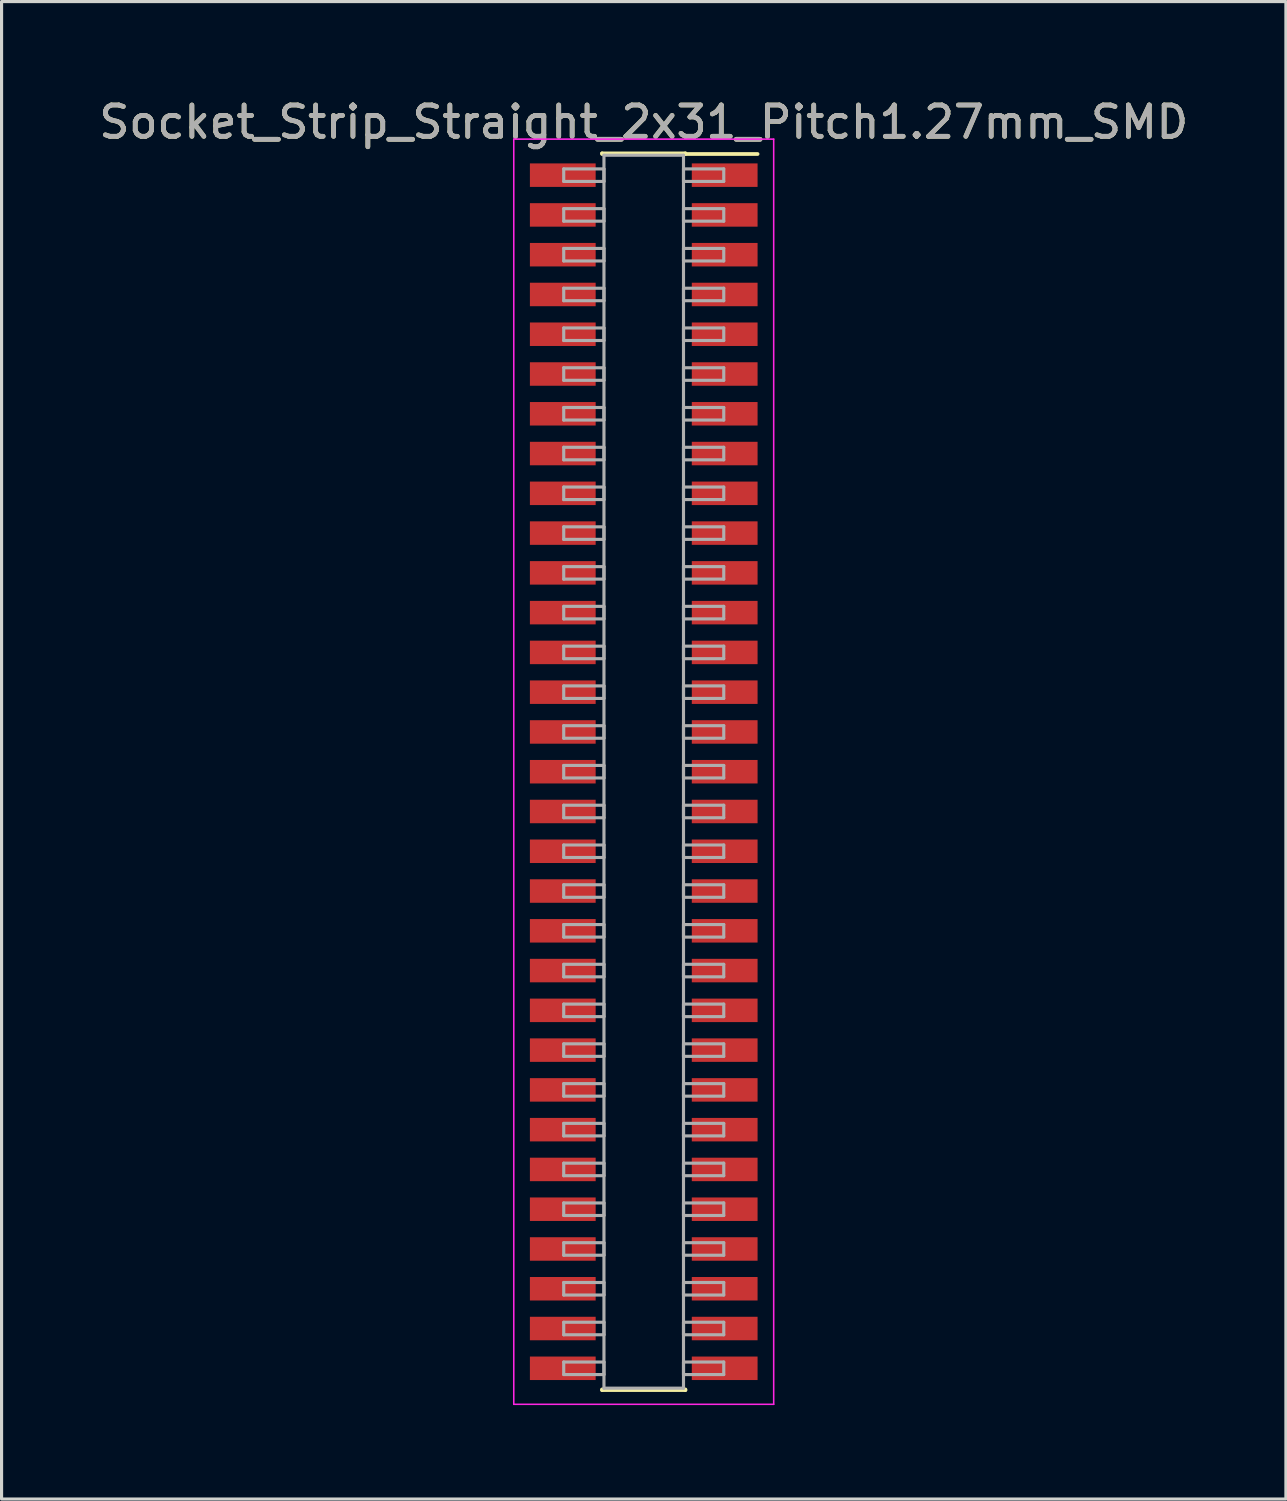
<source format=kicad_pcb>
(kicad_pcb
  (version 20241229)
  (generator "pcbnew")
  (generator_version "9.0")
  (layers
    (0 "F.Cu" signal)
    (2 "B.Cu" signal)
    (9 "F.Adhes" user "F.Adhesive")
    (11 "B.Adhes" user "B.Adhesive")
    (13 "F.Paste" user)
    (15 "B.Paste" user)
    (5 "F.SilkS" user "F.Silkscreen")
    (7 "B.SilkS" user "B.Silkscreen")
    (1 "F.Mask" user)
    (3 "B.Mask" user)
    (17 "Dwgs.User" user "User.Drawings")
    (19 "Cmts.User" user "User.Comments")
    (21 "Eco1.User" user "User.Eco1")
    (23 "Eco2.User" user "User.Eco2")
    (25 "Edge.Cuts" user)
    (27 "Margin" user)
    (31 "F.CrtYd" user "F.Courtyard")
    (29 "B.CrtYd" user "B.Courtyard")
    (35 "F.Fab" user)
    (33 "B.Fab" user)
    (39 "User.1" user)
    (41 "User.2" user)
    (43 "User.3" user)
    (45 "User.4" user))
  (footprint "Socket_Strip_Straight_2x31_Pitch1.27mm_SMD"
    (layer "F.Cu")
    (at 17.506 21.593)
    (property "Reference" "Socket_Strip_Straight_2x31_Pitch1.27mm_SMD" (at 0 -20.745 0) (layer "F.SilkS") (effects (font (size 1 1) (thickness 0.15))))
    (attr smd)
    (fp_line (start -1.33 -19.745) (end 1.33 -19.745) (stroke (width 0.12) (type solid)) (layer "F.SilkS"))
    (fp_line (start -1.33 -19.725) (end -1.33 -19.745) (stroke (width 0.12) (type solid)) (layer "F.SilkS"))
    (fp_line (start -1.33 19.725) (end -1.33 19.745) (stroke (width 0.12) (type solid)) (layer "F.SilkS"))
    (fp_line (start -1.33 19.745) (end 1.33 19.745) (stroke (width 0.12) (type solid)) (layer "F.SilkS"))
    (fp_line (start 1.33 -19.745) (end 1.33 -19.725) (stroke (width 0.12) (type solid)) (layer "F.SilkS"))
    (fp_line (start 1.33 19.745) (end 1.33 19.725) (stroke (width 0.12) (type solid)) (layer "F.SilkS"))
    (fp_line (start 3.635 -19.725) (end 1.33 -19.725) (stroke (width 0.12) (type solid)) (layer "F.SilkS"))
    (fp_line (start -4.15 -20.2) (end -4.15 20.2) (stroke (width 0.05) (type solid)) (layer "F.CrtYd"))
    (fp_line (start -4.15 20.2) (end 4.15 20.2) (stroke (width 0.05) (type solid)) (layer "F.CrtYd"))
    (fp_line (start 4.15 -20.2) (end -4.15 -20.2) (stroke (width 0.05) (type solid)) (layer "F.CrtYd"))
    (fp_line (start 4.15 20.2) (end 4.15 -20.2) (stroke (width 0.05) (type solid)) (layer "F.CrtYd"))
    (fp_line (start -2.555 -19.25) (end -1.27 -19.25) (stroke (width 0.1) (type solid)) (layer "F.Fab"))
    (fp_line (start -2.555 -18.85) (end -2.555 -19.25) (stroke (width 0.1) (type solid)) (layer "F.Fab"))
    (fp_line (start -2.555 -17.98) (end -1.27 -17.98) (stroke (width 0.1) (type solid)) (layer "F.Fab"))
    (fp_line (start -2.555 -17.58) (end -2.555 -17.98) (stroke (width 0.1) (type solid)) (layer "F.Fab"))
    (fp_line (start -2.555 -16.71) (end -1.27 -16.71) (stroke (width 0.1) (type solid)) (layer "F.Fab"))
    (fp_line (start -2.555 -16.31) (end -2.555 -16.71) (stroke (width 0.1) (type solid)) (layer "F.Fab"))
    (fp_line (start -2.555 -15.44) (end -1.27 -15.44) (stroke (width 0.1) (type solid)) (layer "F.Fab"))
    (fp_line (start -2.555 -15.04) (end -2.555 -15.44) (stroke (width 0.1) (type solid)) (layer "F.Fab"))
    (fp_line (start -2.555 -14.17) (end -1.27 -14.17) (stroke (width 0.1) (type solid)) (layer "F.Fab"))
    (fp_line (start -2.555 -13.77) (end -2.555 -14.17) (stroke (width 0.1) (type solid)) (layer "F.Fab"))
    (fp_line (start -2.555 -12.9) (end -1.27 -12.9) (stroke (width 0.1) (type solid)) (layer "F.Fab"))
    (fp_line (start -2.555 -12.5) (end -2.555 -12.9) (stroke (width 0.1) (type solid)) (layer "F.Fab"))
    (fp_line (start -2.555 -11.63) (end -1.27 -11.63) (stroke (width 0.1) (type solid)) (layer "F.Fab"))
    (fp_line (start -2.555 -11.23) (end -2.555 -11.63) (stroke (width 0.1) (type solid)) (layer "F.Fab"))
    (fp_line (start -2.555 -10.36) (end -1.27 -10.36) (stroke (width 0.1) (type solid)) (layer "F.Fab"))
    (fp_line (start -2.555 -9.96) (end -2.555 -10.36) (stroke (width 0.1) (type solid)) (layer "F.Fab"))
    (fp_line (start -2.555 -9.09) (end -1.27 -9.09) (stroke (width 0.1) (type solid)) (layer "F.Fab"))
    (fp_line (start -2.555 -8.69) (end -2.555 -9.09) (stroke (width 0.1) (type solid)) (layer "F.Fab"))
    (fp_line (start -2.555 -7.82) (end -1.27 -7.82) (stroke (width 0.1) (type solid)) (layer "F.Fab"))
    (fp_line (start -2.555 -7.42) (end -2.555 -7.82) (stroke (width 0.1) (type solid)) (layer "F.Fab"))
    (fp_line (start -2.555 -6.55) (end -1.27 -6.55) (stroke (width 0.1) (type solid)) (layer "F.Fab"))
    (fp_line (start -2.555 -6.15) (end -2.555 -6.55) (stroke (width 0.1) (type solid)) (layer "F.Fab"))
    (fp_line (start -2.555 -5.28) (end -1.27 -5.28) (stroke (width 0.1) (type solid)) (layer "F.Fab"))
    (fp_line (start -2.555 -4.88) (end -2.555 -5.28) (stroke (width 0.1) (type solid)) (layer "F.Fab"))
    (fp_line (start -2.555 -4.01) (end -1.27 -4.01) (stroke (width 0.1) (type solid)) (layer "F.Fab"))
    (fp_line (start -2.555 -3.61) (end -2.555 -4.01) (stroke (width 0.1) (type solid)) (layer "F.Fab"))
    (fp_line (start -2.555 -2.74) (end -1.27 -2.74) (stroke (width 0.1) (type solid)) (layer "F.Fab"))
    (fp_line (start -2.555 -2.34) (end -2.555 -2.74) (stroke (width 0.1) (type solid)) (layer "F.Fab"))
    (fp_line (start -2.555 -1.47) (end -1.27 -1.47) (stroke (width 0.1) (type solid)) (layer "F.Fab"))
    (fp_line (start -2.555 -1.07) (end -2.555 -1.47) (stroke (width 0.1) (type solid)) (layer "F.Fab"))
    (fp_line (start -2.555 -0.2) (end -1.27 -0.2) (stroke (width 0.1) (type solid)) (layer "F.Fab"))
    (fp_line (start -2.555 0.2) (end -2.555 -0.2) (stroke (width 0.1) (type solid)) (layer "F.Fab"))
    (fp_line (start -2.555 1.07) (end -1.27 1.07) (stroke (width 0.1) (type solid)) (layer "F.Fab"))
    (fp_line (start -2.555 1.47) (end -2.555 1.07) (stroke (width 0.1) (type solid)) (layer "F.Fab"))
    (fp_line (start -2.555 2.34) (end -1.27 2.34) (stroke (width 0.1) (type solid)) (layer "F.Fab"))
    (fp_line (start -2.555 2.74) (end -2.555 2.34) (stroke (width 0.1) (type solid)) (layer "F.Fab"))
    (fp_line (start -2.555 3.61) (end -1.27 3.61) (stroke (width 0.1) (type solid)) (layer "F.Fab"))
    (fp_line (start -2.555 4.01) (end -2.555 3.61) (stroke (width 0.1) (type solid)) (layer "F.Fab"))
    (fp_line (start -2.555 4.88) (end -1.27 4.88) (stroke (width 0.1) (type solid)) (layer "F.Fab"))
    (fp_line (start -2.555 5.28) (end -2.555 4.88) (stroke (width 0.1) (type solid)) (layer "F.Fab"))
    (fp_line (start -2.555 6.15) (end -1.27 6.15) (stroke (width 0.1) (type solid)) (layer "F.Fab"))
    (fp_line (start -2.555 6.55) (end -2.555 6.15) (stroke (width 0.1) (type solid)) (layer "F.Fab"))
    (fp_line (start -2.555 7.42) (end -1.27 7.42) (stroke (width 0.1) (type solid)) (layer "F.Fab"))
    (fp_line (start -2.555 7.82) (end -2.555 7.42) (stroke (width 0.1) (type solid)) (layer "F.Fab"))
    (fp_line (start -2.555 8.69) (end -1.27 8.69) (stroke (width 0.1) (type solid)) (layer "F.Fab"))
    (fp_line (start -2.555 9.09) (end -2.555 8.69) (stroke (width 0.1) (type solid)) (layer "F.Fab"))
    (fp_line (start -2.555 9.96) (end -1.27 9.96) (stroke (width 0.1) (type solid)) (layer "F.Fab"))
    (fp_line (start -2.555 10.36) (end -2.555 9.96) (stroke (width 0.1) (type solid)) (layer "F.Fab"))
    (fp_line (start -2.555 11.23) (end -1.27 11.23) (stroke (width 0.1) (type solid)) (layer "F.Fab"))
    (fp_line (start -2.555 11.63) (end -2.555 11.23) (stroke (width 0.1) (type solid)) (layer "F.Fab"))
    (fp_line (start -2.555 12.5) (end -1.27 12.5) (stroke (width 0.1) (type solid)) (layer "F.Fab"))
    (fp_line (start -2.555 12.9) (end -2.555 12.5) (stroke (width 0.1) (type solid)) (layer "F.Fab"))
    (fp_line (start -2.555 13.77) (end -1.27 13.77) (stroke (width 0.1) (type solid)) (layer "F.Fab"))
    (fp_line (start -2.555 14.17) (end -2.555 13.77) (stroke (width 0.1) (type solid)) (layer "F.Fab"))
    (fp_line (start -2.555 15.04) (end -1.27 15.04) (stroke (width 0.1) (type solid)) (layer "F.Fab"))
    (fp_line (start -2.555 15.44) (end -2.555 15.04) (stroke (width 0.1) (type solid)) (layer "F.Fab"))
    (fp_line (start -2.555 16.31) (end -1.27 16.31) (stroke (width 0.1) (type solid)) (layer "F.Fab"))
    (fp_line (start -2.555 16.71) (end -2.555 16.31) (stroke (width 0.1) (type solid)) (layer "F.Fab"))
    (fp_line (start -2.555 17.58) (end -1.27 17.58) (stroke (width 0.1) (type solid)) (layer "F.Fab"))
    (fp_line (start -2.555 17.98) (end -2.555 17.58) (stroke (width 0.1) (type solid)) (layer "F.Fab"))
    (fp_line (start -2.555 18.85) (end -1.27 18.85) (stroke (width 0.1) (type solid)) (layer "F.Fab"))
    (fp_line (start -2.555 19.25) (end -2.555 18.85) (stroke (width 0.1) (type solid)) (layer "F.Fab"))
    (fp_line (start -1.27 -19.685) (end -1.27 19.685) (stroke (width 0.1) (type solid)) (layer "F.Fab"))
    (fp_line (start -1.27 -19.25) (end -1.27 -18.85) (stroke (width 0.1) (type solid)) (layer "F.Fab"))
    (fp_line (start -1.27 -18.85) (end -2.555 -18.85) (stroke (width 0.1) (type solid)) (layer "F.Fab"))
    (fp_line (start -1.27 -17.98) (end -1.27 -17.58) (stroke (width 0.1) (type solid)) (layer "F.Fab"))
    (fp_line (start -1.27 -17.58) (end -2.555 -17.58) (stroke (width 0.1) (type solid)) (layer "F.Fab"))
    (fp_line (start -1.27 -16.71) (end -1.27 -16.31) (stroke (width 0.1) (type solid)) (layer "F.Fab"))
    (fp_line (start -1.27 -16.31) (end -2.555 -16.31) (stroke (width 0.1) (type solid)) (layer "F.Fab"))
    (fp_line (start -1.27 -15.44) (end -1.27 -15.04) (stroke (width 0.1) (type solid)) (layer "F.Fab"))
    (fp_line (start -1.27 -15.04) (end -2.555 -15.04) (stroke (width 0.1) (type solid)) (layer "F.Fab"))
    (fp_line (start -1.27 -14.17) (end -1.27 -13.77) (stroke (width 0.1) (type solid)) (layer "F.Fab"))
    (fp_line (start -1.27 -13.77) (end -2.555 -13.77) (stroke (width 0.1) (type solid)) (layer "F.Fab"))
    (fp_line (start -1.27 -12.9) (end -1.27 -12.5) (stroke (width 0.1) (type solid)) (layer "F.Fab"))
    (fp_line (start -1.27 -12.5) (end -2.555 -12.5) (stroke (width 0.1) (type solid)) (layer "F.Fab"))
    (fp_line (start -1.27 -11.63) (end -1.27 -11.23) (stroke (width 0.1) (type solid)) (layer "F.Fab"))
    (fp_line (start -1.27 -11.23) (end -2.555 -11.23) (stroke (width 0.1) (type solid)) (layer "F.Fab"))
    (fp_line (start -1.27 -10.36) (end -1.27 -9.96) (stroke (width 0.1) (type solid)) (layer "F.Fab"))
    (fp_line (start -1.27 -9.96) (end -2.555 -9.96) (stroke (width 0.1) (type solid)) (layer "F.Fab"))
    (fp_line (start -1.27 -9.09) (end -1.27 -8.69) (stroke (width 0.1) (type solid)) (layer "F.Fab"))
    (fp_line (start -1.27 -8.69) (end -2.555 -8.69) (stroke (width 0.1) (type solid)) (layer "F.Fab"))
    (fp_line (start -1.27 -7.82) (end -1.27 -7.42) (stroke (width 0.1) (type solid)) (layer "F.Fab"))
    (fp_line (start -1.27 -7.42) (end -2.555 -7.42) (stroke (width 0.1) (type solid)) (layer "F.Fab"))
    (fp_line (start -1.27 -6.55) (end -1.27 -6.15) (stroke (width 0.1) (type solid)) (layer "F.Fab"))
    (fp_line (start -1.27 -6.15) (end -2.555 -6.15) (stroke (width 0.1) (type solid)) (layer "F.Fab"))
    (fp_line (start -1.27 -5.28) (end -1.27 -4.88) (stroke (width 0.1) (type solid)) (layer "F.Fab"))
    (fp_line (start -1.27 -4.88) (end -2.555 -4.88) (stroke (width 0.1) (type solid)) (layer "F.Fab"))
    (fp_line (start -1.27 -4.01) (end -1.27 -3.61) (stroke (width 0.1) (type solid)) (layer "F.Fab"))
    (fp_line (start -1.27 -3.61) (end -2.555 -3.61) (stroke (width 0.1) (type solid)) (layer "F.Fab"))
    (fp_line (start -1.27 -2.74) (end -1.27 -2.34) (stroke (width 0.1) (type solid)) (layer "F.Fab"))
    (fp_line (start -1.27 -2.34) (end -2.555 -2.34) (stroke (width 0.1) (type solid)) (layer "F.Fab"))
    (fp_line (start -1.27 -1.47) (end -1.27 -1.07) (stroke (width 0.1) (type solid)) (layer "F.Fab"))
    (fp_line (start -1.27 -1.07) (end -2.555 -1.07) (stroke (width 0.1) (type solid)) (layer "F.Fab"))
    (fp_line (start -1.27 -0.2) (end -1.27 0.2) (stroke (width 0.1) (type solid)) (layer "F.Fab"))
    (fp_line (start -1.27 0.2) (end -2.555 0.2) (stroke (width 0.1) (type solid)) (layer "F.Fab"))
    (fp_line (start -1.27 1.07) (end -1.27 1.47) (stroke (width 0.1) (type solid)) (layer "F.Fab"))
    (fp_line (start -1.27 1.47) (end -2.555 1.47) (stroke (width 0.1) (type solid)) (layer "F.Fab"))
    (fp_line (start -1.27 2.34) (end -1.27 2.74) (stroke (width 0.1) (type solid)) (layer "F.Fab"))
    (fp_line (start -1.27 2.74) (end -2.555 2.74) (stroke (width 0.1) (type solid)) (layer "F.Fab"))
    (fp_line (start -1.27 3.61) (end -1.27 4.01) (stroke (width 0.1) (type solid)) (layer "F.Fab"))
    (fp_line (start -1.27 4.01) (end -2.555 4.01) (stroke (width 0.1) (type solid)) (layer "F.Fab"))
    (fp_line (start -1.27 4.88) (end -1.27 5.28) (stroke (width 0.1) (type solid)) (layer "F.Fab"))
    (fp_line (start -1.27 5.28) (end -2.555 5.28) (stroke (width 0.1) (type solid)) (layer "F.Fab"))
    (fp_line (start -1.27 6.15) (end -1.27 6.55) (stroke (width 0.1) (type solid)) (layer "F.Fab"))
    (fp_line (start -1.27 6.55) (end -2.555 6.55) (stroke (width 0.1) (type solid)) (layer "F.Fab"))
    (fp_line (start -1.27 7.42) (end -1.27 7.82) (stroke (width 0.1) (type solid)) (layer "F.Fab"))
    (fp_line (start -1.27 7.82) (end -2.555 7.82) (stroke (width 0.1) (type solid)) (layer "F.Fab"))
    (fp_line (start -1.27 8.69) (end -1.27 9.09) (stroke (width 0.1) (type solid)) (layer "F.Fab"))
    (fp_line (start -1.27 9.09) (end -2.555 9.09) (stroke (width 0.1) (type solid)) (layer "F.Fab"))
    (fp_line (start -1.27 9.96) (end -1.27 10.36) (stroke (width 0.1) (type solid)) (layer "F.Fab"))
    (fp_line (start -1.27 10.36) (end -2.555 10.36) (stroke (width 0.1) (type solid)) (layer "F.Fab"))
    (fp_line (start -1.27 11.23) (end -1.27 11.63) (stroke (width 0.1) (type solid)) (layer "F.Fab"))
    (fp_line (start -1.27 11.63) (end -2.555 11.63) (stroke (width 0.1) (type solid)) (layer "F.Fab"))
    (fp_line (start -1.27 12.5) (end -1.27 12.9) (stroke (width 0.1) (type solid)) (layer "F.Fab"))
    (fp_line (start -1.27 12.9) (end -2.555 12.9) (stroke (width 0.1) (type solid)) (layer "F.Fab"))
    (fp_line (start -1.27 13.77) (end -1.27 14.17) (stroke (width 0.1) (type solid)) (layer "F.Fab"))
    (fp_line (start -1.27 14.17) (end -2.555 14.17) (stroke (width 0.1) (type solid)) (layer "F.Fab"))
    (fp_line (start -1.27 15.04) (end -1.27 15.44) (stroke (width 0.1) (type solid)) (layer "F.Fab"))
    (fp_line (start -1.27 15.44) (end -2.555 15.44) (stroke (width 0.1) (type solid)) (layer "F.Fab"))
    (fp_line (start -1.27 16.31) (end -1.27 16.71) (stroke (width 0.1) (type solid)) (layer "F.Fab"))
    (fp_line (start -1.27 16.71) (end -2.555 16.71) (stroke (width 0.1) (type solid)) (layer "F.Fab"))
    (fp_line (start -1.27 17.58) (end -1.27 17.98) (stroke (width 0.1) (type solid)) (layer "F.Fab"))
    (fp_line (start -1.27 17.98) (end -2.555 17.98) (stroke (width 0.1) (type solid)) (layer "F.Fab"))
    (fp_line (start -1.27 18.85) (end -1.27 19.25) (stroke (width 0.1) (type solid)) (layer "F.Fab"))
    (fp_line (start -1.27 19.25) (end -2.555 19.25) (stroke (width 0.1) (type solid)) (layer "F.Fab"))
    (fp_line (start -1.27 19.685) (end 1.27 19.685) (stroke (width 0.1) (type solid)) (layer "F.Fab"))
    (fp_line (start 1.27 -19.685) (end -1.27 -19.685) (stroke (width 0.1) (type solid)) (layer "F.Fab"))
    (fp_line (start 1.27 -19.25) (end 1.27 -18.85) (stroke (width 0.1) (type solid)) (layer "F.Fab"))
    (fp_line (start 1.27 -18.85) (end 2.555 -18.85) (stroke (width 0.1) (type solid)) (layer "F.Fab"))
    (fp_line (start 1.27 -17.98) (end 1.27 -17.58) (stroke (width 0.1) (type solid)) (layer "F.Fab"))
    (fp_line (start 1.27 -17.58) (end 2.555 -17.58) (stroke (width 0.1) (type solid)) (layer "F.Fab"))
    (fp_line (start 1.27 -16.71) (end 1.27 -16.31) (stroke (width 0.1) (type solid)) (layer "F.Fab"))
    (fp_line (start 1.27 -16.31) (end 2.555 -16.31) (stroke (width 0.1) (type solid)) (layer "F.Fab"))
    (fp_line (start 1.27 -15.44) (end 1.27 -15.04) (stroke (width 0.1) (type solid)) (layer "F.Fab"))
    (fp_line (start 1.27 -15.04) (end 2.555 -15.04) (stroke (width 0.1) (type solid)) (layer "F.Fab"))
    (fp_line (start 1.27 -14.17) (end 1.27 -13.77) (stroke (width 0.1) (type solid)) (layer "F.Fab"))
    (fp_line (start 1.27 -13.77) (end 2.555 -13.77) (stroke (width 0.1) (type solid)) (layer "F.Fab"))
    (fp_line (start 1.27 -12.9) (end 1.27 -12.5) (stroke (width 0.1) (type solid)) (layer "F.Fab"))
    (fp_line (start 1.27 -12.5) (end 2.555 -12.5) (stroke (width 0.1) (type solid)) (layer "F.Fab"))
    (fp_line (start 1.27 -11.63) (end 1.27 -11.23) (stroke (width 0.1) (type solid)) (layer "F.Fab"))
    (fp_line (start 1.27 -11.23) (end 2.555 -11.23) (stroke (width 0.1) (type solid)) (layer "F.Fab"))
    (fp_line (start 1.27 -10.36) (end 1.27 -9.96) (stroke (width 0.1) (type solid)) (layer "F.Fab"))
    (fp_line (start 1.27 -9.96) (end 2.555 -9.96) (stroke (width 0.1) (type solid)) (layer "F.Fab"))
    (fp_line (start 1.27 -9.09) (end 1.27 -8.69) (stroke (width 0.1) (type solid)) (layer "F.Fab"))
    (fp_line (start 1.27 -8.69) (end 2.555 -8.69) (stroke (width 0.1) (type solid)) (layer "F.Fab"))
    (fp_line (start 1.27 -7.82) (end 1.27 -7.42) (stroke (width 0.1) (type solid)) (layer "F.Fab"))
    (fp_line (start 1.27 -7.42) (end 2.555 -7.42) (stroke (width 0.1) (type solid)) (layer "F.Fab"))
    (fp_line (start 1.27 -6.55) (end 1.27 -6.15) (stroke (width 0.1) (type solid)) (layer "F.Fab"))
    (fp_line (start 1.27 -6.15) (end 2.555 -6.15) (stroke (width 0.1) (type solid)) (layer "F.Fab"))
    (fp_line (start 1.27 -5.28) (end 1.27 -4.88) (stroke (width 0.1) (type solid)) (layer "F.Fab"))
    (fp_line (start 1.27 -4.88) (end 2.555 -4.88) (stroke (width 0.1) (type solid)) (layer "F.Fab"))
    (fp_line (start 1.27 -4.01) (end 1.27 -3.61) (stroke (width 0.1) (type solid)) (layer "F.Fab"))
    (fp_line (start 1.27 -3.61) (end 2.555 -3.61) (stroke (width 0.1) (type solid)) (layer "F.Fab"))
    (fp_line (start 1.27 -2.74) (end 1.27 -2.34) (stroke (width 0.1) (type solid)) (layer "F.Fab"))
    (fp_line (start 1.27 -2.34) (end 2.555 -2.34) (stroke (width 0.1) (type solid)) (layer "F.Fab"))
    (fp_line (start 1.27 -1.47) (end 1.27 -1.07) (stroke (width 0.1) (type solid)) (layer "F.Fab"))
    (fp_line (start 1.27 -1.07) (end 2.555 -1.07) (stroke (width 0.1) (type solid)) (layer "F.Fab"))
    (fp_line (start 1.27 -0.2) (end 1.27 0.2) (stroke (width 0.1) (type solid)) (layer "F.Fab"))
    (fp_line (start 1.27 0.2) (end 2.555 0.2) (stroke (width 0.1) (type solid)) (layer "F.Fab"))
    (fp_line (start 1.27 1.07) (end 1.27 1.47) (stroke (width 0.1) (type solid)) (layer "F.Fab"))
    (fp_line (start 1.27 1.47) (end 2.555 1.47) (stroke (width 0.1) (type solid)) (layer "F.Fab"))
    (fp_line (start 1.27 2.34) (end 1.27 2.74) (stroke (width 0.1) (type solid)) (layer "F.Fab"))
    (fp_line (start 1.27 2.74) (end 2.555 2.74) (stroke (width 0.1) (type solid)) (layer "F.Fab"))
    (fp_line (start 1.27 3.61) (end 1.27 4.01) (stroke (width 0.1) (type solid)) (layer "F.Fab"))
    (fp_line (start 1.27 4.01) (end 2.555 4.01) (stroke (width 0.1) (type solid)) (layer "F.Fab"))
    (fp_line (start 1.27 4.88) (end 1.27 5.28) (stroke (width 0.1) (type solid)) (layer "F.Fab"))
    (fp_line (start 1.27 5.28) (end 2.555 5.28) (stroke (width 0.1) (type solid)) (layer "F.Fab"))
    (fp_line (start 1.27 6.15) (end 1.27 6.55) (stroke (width 0.1) (type solid)) (layer "F.Fab"))
    (fp_line (start 1.27 6.55) (end 2.555 6.55) (stroke (width 0.1) (type solid)) (layer "F.Fab"))
    (fp_line (start 1.27 7.42) (end 1.27 7.82) (stroke (width 0.1) (type solid)) (layer "F.Fab"))
    (fp_line (start 1.27 7.82) (end 2.555 7.82) (stroke (width 0.1) (type solid)) (layer "F.Fab"))
    (fp_line (start 1.27 8.69) (end 1.27 9.09) (stroke (width 0.1) (type solid)) (layer "F.Fab"))
    (fp_line (start 1.27 9.09) (end 2.555 9.09) (stroke (width 0.1) (type solid)) (layer "F.Fab"))
    (fp_line (start 1.27 9.96) (end 1.27 10.36) (stroke (width 0.1) (type solid)) (layer "F.Fab"))
    (fp_line (start 1.27 10.36) (end 2.555 10.36) (stroke (width 0.1) (type solid)) (layer "F.Fab"))
    (fp_line (start 1.27 11.23) (end 1.27 11.63) (stroke (width 0.1) (type solid)) (layer "F.Fab"))
    (fp_line (start 1.27 11.63) (end 2.555 11.63) (stroke (width 0.1) (type solid)) (layer "F.Fab"))
    (fp_line (start 1.27 12.5) (end 1.27 12.9) (stroke (width 0.1) (type solid)) (layer "F.Fab"))
    (fp_line (start 1.27 12.9) (end 2.555 12.9) (stroke (width 0.1) (type solid)) (layer "F.Fab"))
    (fp_line (start 1.27 13.77) (end 1.27 14.17) (stroke (width 0.1) (type solid)) (layer "F.Fab"))
    (fp_line (start 1.27 14.17) (end 2.555 14.17) (stroke (width 0.1) (type solid)) (layer "F.Fab"))
    (fp_line (start 1.27 15.04) (end 1.27 15.44) (stroke (width 0.1) (type solid)) (layer "F.Fab"))
    (fp_line (start 1.27 15.44) (end 2.555 15.44) (stroke (width 0.1) (type solid)) (layer "F.Fab"))
    (fp_line (start 1.27 16.31) (end 1.27 16.71) (stroke (width 0.1) (type solid)) (layer "F.Fab"))
    (fp_line (start 1.27 16.71) (end 2.555 16.71) (stroke (width 0.1) (type solid)) (layer "F.Fab"))
    (fp_line (start 1.27 17.58) (end 1.27 17.98) (stroke (width 0.1) (type solid)) (layer "F.Fab"))
    (fp_line (start 1.27 17.98) (end 2.555 17.98) (stroke (width 0.1) (type solid)) (layer "F.Fab"))
    (fp_line (start 1.27 18.85) (end 1.27 19.25) (stroke (width 0.1) (type solid)) (layer "F.Fab"))
    (fp_line (start 1.27 19.25) (end 2.555 19.25) (stroke (width 0.1) (type solid)) (layer "F.Fab"))
    (fp_line (start 1.27 19.685) (end 1.27 -19.685) (stroke (width 0.1) (type solid)) (layer "F.Fab"))
    (fp_line (start 2.555 -19.25) (end 1.27 -19.25) (stroke (width 0.1) (type solid)) (layer "F.Fab"))
    (fp_line (start 2.555 -18.85) (end 2.555 -19.25) (stroke (width 0.1) (type solid)) (layer "F.Fab"))
    (fp_line (start 2.555 -17.98) (end 1.27 -17.98) (stroke (width 0.1) (type solid)) (layer "F.Fab"))
    (fp_line (start 2.555 -17.58) (end 2.555 -17.98) (stroke (width 0.1) (type solid)) (layer "F.Fab"))
    (fp_line (start 2.555 -16.71) (end 1.27 -16.71) (stroke (width 0.1) (type solid)) (layer "F.Fab"))
    (fp_line (start 2.555 -16.31) (end 2.555 -16.71) (stroke (width 0.1) (type solid)) (layer "F.Fab"))
    (fp_line (start 2.555 -15.44) (end 1.27 -15.44) (stroke (width 0.1) (type solid)) (layer "F.Fab"))
    (fp_line (start 2.555 -15.04) (end 2.555 -15.44) (stroke (width 0.1) (type solid)) (layer "F.Fab"))
    (fp_line (start 2.555 -14.17) (end 1.27 -14.17) (stroke (width 0.1) (type solid)) (layer "F.Fab"))
    (fp_line (start 2.555 -13.77) (end 2.555 -14.17) (stroke (width 0.1) (type solid)) (layer "F.Fab"))
    (fp_line (start 2.555 -12.9) (end 1.27 -12.9) (stroke (width 0.1) (type solid)) (layer "F.Fab"))
    (fp_line (start 2.555 -12.5) (end 2.555 -12.9) (stroke (width 0.1) (type solid)) (layer "F.Fab"))
    (fp_line (start 2.555 -11.63) (end 1.27 -11.63) (stroke (width 0.1) (type solid)) (layer "F.Fab"))
    (fp_line (start 2.555 -11.23) (end 2.555 -11.63) (stroke (width 0.1) (type solid)) (layer "F.Fab"))
    (fp_line (start 2.555 -10.36) (end 1.27 -10.36) (stroke (width 0.1) (type solid)) (layer "F.Fab"))
    (fp_line (start 2.555 -9.96) (end 2.555 -10.36) (stroke (width 0.1) (type solid)) (layer "F.Fab"))
    (fp_line (start 2.555 -9.09) (end 1.27 -9.09) (stroke (width 0.1) (type solid)) (layer "F.Fab"))
    (fp_line (start 2.555 -8.69) (end 2.555 -9.09) (stroke (width 0.1) (type solid)) (layer "F.Fab"))
    (fp_line (start 2.555 -7.82) (end 1.27 -7.82) (stroke (width 0.1) (type solid)) (layer "F.Fab"))
    (fp_line (start 2.555 -7.42) (end 2.555 -7.82) (stroke (width 0.1) (type solid)) (layer "F.Fab"))
    (fp_line (start 2.555 -6.55) (end 1.27 -6.55) (stroke (width 0.1) (type solid)) (layer "F.Fab"))
    (fp_line (start 2.555 -6.15) (end 2.555 -6.55) (stroke (width 0.1) (type solid)) (layer "F.Fab"))
    (fp_line (start 2.555 -5.28) (end 1.27 -5.28) (stroke (width 0.1) (type solid)) (layer "F.Fab"))
    (fp_line (start 2.555 -4.88) (end 2.555 -5.28) (stroke (width 0.1) (type solid)) (layer "F.Fab"))
    (fp_line (start 2.555 -4.01) (end 1.27 -4.01) (stroke (width 0.1) (type solid)) (layer "F.Fab"))
    (fp_line (start 2.555 -3.61) (end 2.555 -4.01) (stroke (width 0.1) (type solid)) (layer "F.Fab"))
    (fp_line (start 2.555 -2.74) (end 1.27 -2.74) (stroke (width 0.1) (type solid)) (layer "F.Fab"))
    (fp_line (start 2.555 -2.34) (end 2.555 -2.74) (stroke (width 0.1) (type solid)) (layer "F.Fab"))
    (fp_line (start 2.555 -1.47) (end 1.27 -1.47) (stroke (width 0.1) (type solid)) (layer "F.Fab"))
    (fp_line (start 2.555 -1.07) (end 2.555 -1.47) (stroke (width 0.1) (type solid)) (layer "F.Fab"))
    (fp_line (start 2.555 -0.2) (end 1.27 -0.2) (stroke (width 0.1) (type solid)) (layer "F.Fab"))
    (fp_line (start 2.555 0.2) (end 2.555 -0.2) (stroke (width 0.1) (type solid)) (layer "F.Fab"))
    (fp_line (start 2.555 1.07) (end 1.27 1.07) (stroke (width 0.1) (type solid)) (layer "F.Fab"))
    (fp_line (start 2.555 1.47) (end 2.555 1.07) (stroke (width 0.1) (type solid)) (layer "F.Fab"))
    (fp_line (start 2.555 2.34) (end 1.27 2.34) (stroke (width 0.1) (type solid)) (layer "F.Fab"))
    (fp_line (start 2.555 2.74) (end 2.555 2.34) (stroke (width 0.1) (type solid)) (layer "F.Fab"))
    (fp_line (start 2.555 3.61) (end 1.27 3.61) (stroke (width 0.1) (type solid)) (layer "F.Fab"))
    (fp_line (start 2.555 4.01) (end 2.555 3.61) (stroke (width 0.1) (type solid)) (layer "F.Fab"))
    (fp_line (start 2.555 4.88) (end 1.27 4.88) (stroke (width 0.1) (type solid)) (layer "F.Fab"))
    (fp_line (start 2.555 5.28) (end 2.555 4.88) (stroke (width 0.1) (type solid)) (layer "F.Fab"))
    (fp_line (start 2.555 6.15) (end 1.27 6.15) (stroke (width 0.1) (type solid)) (layer "F.Fab"))
    (fp_line (start 2.555 6.55) (end 2.555 6.15) (stroke (width 0.1) (type solid)) (layer "F.Fab"))
    (fp_line (start 2.555 7.42) (end 1.27 7.42) (stroke (width 0.1) (type solid)) (layer "F.Fab"))
    (fp_line (start 2.555 7.82) (end 2.555 7.42) (stroke (width 0.1) (type solid)) (layer "F.Fab"))
    (fp_line (start 2.555 8.69) (end 1.27 8.69) (stroke (width 0.1) (type solid)) (layer "F.Fab"))
    (fp_line (start 2.555 9.09) (end 2.555 8.69) (stroke (width 0.1) (type solid)) (layer "F.Fab"))
    (fp_line (start 2.555 9.96) (end 1.27 9.96) (stroke (width 0.1) (type solid)) (layer "F.Fab"))
    (fp_line (start 2.555 10.36) (end 2.555 9.96) (stroke (width 0.1) (type solid)) (layer "F.Fab"))
    (fp_line (start 2.555 11.23) (end 1.27 11.23) (stroke (width 0.1) (type solid)) (layer "F.Fab"))
    (fp_line (start 2.555 11.63) (end 2.555 11.23) (stroke (width 0.1) (type solid)) (layer "F.Fab"))
    (fp_line (start 2.555 12.5) (end 1.27 12.5) (stroke (width 0.1) (type solid)) (layer "F.Fab"))
    (fp_line (start 2.555 12.9) (end 2.555 12.5) (stroke (width 0.1) (type solid)) (layer "F.Fab"))
    (fp_line (start 2.555 13.77) (end 1.27 13.77) (stroke (width 0.1) (type solid)) (layer "F.Fab"))
    (fp_line (start 2.555 14.17) (end 2.555 13.77) (stroke (width 0.1) (type solid)) (layer "F.Fab"))
    (fp_line (start 2.555 15.04) (end 1.27 15.04) (stroke (width 0.1) (type solid)) (layer "F.Fab"))
    (fp_line (start 2.555 15.44) (end 2.555 15.04) (stroke (width 0.1) (type solid)) (layer "F.Fab"))
    (fp_line (start 2.555 16.31) (end 1.27 16.31) (stroke (width 0.1) (type solid)) (layer "F.Fab"))
    (fp_line (start 2.555 16.71) (end 2.555 16.31) (stroke (width 0.1) (type solid)) (layer "F.Fab"))
    (fp_line (start 2.555 17.58) (end 1.27 17.58) (stroke (width 0.1) (type solid)) (layer "F.Fab"))
    (fp_line (start 2.555 17.98) (end 2.555 17.58) (stroke (width 0.1) (type solid)) (layer "F.Fab"))
    (fp_line (start 2.555 18.85) (end 1.27 18.85) (stroke (width 0.1) (type solid)) (layer "F.Fab"))
    (fp_line (start 2.555 19.25) (end 2.555 18.85) (stroke (width 0.1) (type solid)) (layer "F.Fab"))
    (fp_text user "${REFERENCE}" (at 0 -20.745 0) (layer "F.Fab") (effects (font (size 1 1) (thickness 0.15))))
    (pad "1" smd rect (at 2.585 -19.05) (size 2.1 0.75) (layers "F.Cu" "F.Mask" "F.Paste"))
    (pad "2" smd rect (at -2.585 -19.05) (size 2.1 0.75) (layers "F.Cu" "F.Mask" "F.Paste"))
    (pad "3" smd rect (at 2.585 -17.78) (size 2.1 0.75) (layers "F.Cu" "F.Mask" "F.Paste"))
    (pad "4" smd rect (at -2.585 -17.78) (size 2.1 0.75) (layers "F.Cu" "F.Mask" "F.Paste"))
    (pad "5" smd rect (at 2.585 -16.51) (size 2.1 0.75) (layers "F.Cu" "F.Mask" "F.Paste"))
    (pad "6" smd rect (at -2.585 -16.51) (size 2.1 0.75) (layers "F.Cu" "F.Mask" "F.Paste"))
    (pad "7" smd rect (at 2.585 -15.24) (size 2.1 0.75) (layers "F.Cu" "F.Mask" "F.Paste"))
    (pad "8" smd rect (at -2.585 -15.24) (size 2.1 0.75) (layers "F.Cu" "F.Mask" "F.Paste"))
    (pad "9" smd rect (at 2.585 -13.97) (size 2.1 0.75) (layers "F.Cu" "F.Mask" "F.Paste"))
    (pad "10" smd rect (at -2.585 -13.97) (size 2.1 0.75) (layers "F.Cu" "F.Mask" "F.Paste"))
    (pad "11" smd rect (at 2.585 -12.7) (size 2.1 0.75) (layers "F.Cu" "F.Mask" "F.Paste"))
    (pad "12" smd rect (at -2.585 -12.7) (size 2.1 0.75) (layers "F.Cu" "F.Mask" "F.Paste"))
    (pad "13" smd rect (at 2.585 -11.43) (size 2.1 0.75) (layers "F.Cu" "F.Mask" "F.Paste"))
    (pad "14" smd rect (at -2.585 -11.43) (size 2.1 0.75) (layers "F.Cu" "F.Mask" "F.Paste"))
    (pad "15" smd rect (at 2.585 -10.16) (size 2.1 0.75) (layers "F.Cu" "F.Mask" "F.Paste"))
    (pad "16" smd rect (at -2.585 -10.16) (size 2.1 0.75) (layers "F.Cu" "F.Mask" "F.Paste"))
    (pad "17" smd rect (at 2.585 -8.89) (size 2.1 0.75) (layers "F.Cu" "F.Mask" "F.Paste"))
    (pad "18" smd rect (at -2.585 -8.89) (size 2.1 0.75) (layers "F.Cu" "F.Mask" "F.Paste"))
    (pad "19" smd rect (at 2.585 -7.62) (size 2.1 0.75) (layers "F.Cu" "F.Mask" "F.Paste"))
    (pad "20" smd rect (at -2.585 -7.62) (size 2.1 0.75) (layers "F.Cu" "F.Mask" "F.Paste"))
    (pad "21" smd rect (at 2.585 -6.35) (size 2.1 0.75) (layers "F.Cu" "F.Mask" "F.Paste"))
    (pad "22" smd rect (at -2.585 -6.35) (size 2.1 0.75) (layers "F.Cu" "F.Mask" "F.Paste"))
    (pad "23" smd rect (at 2.585 -5.08) (size 2.1 0.75) (layers "F.Cu" "F.Mask" "F.Paste"))
    (pad "24" smd rect (at -2.585 -5.08) (size 2.1 0.75) (layers "F.Cu" "F.Mask" "F.Paste"))
    (pad "25" smd rect (at 2.585 -3.81) (size 2.1 0.75) (layers "F.Cu" "F.Mask" "F.Paste"))
    (pad "26" smd rect (at -2.585 -3.81) (size 2.1 0.75) (layers "F.Cu" "F.Mask" "F.Paste"))
    (pad "27" smd rect (at 2.585 -2.54) (size 2.1 0.75) (layers "F.Cu" "F.Mask" "F.Paste"))
    (pad "28" smd rect (at -2.585 -2.54) (size 2.1 0.75) (layers "F.Cu" "F.Mask" "F.Paste"))
    (pad "29" smd rect (at 2.585 -1.27) (size 2.1 0.75) (layers "F.Cu" "F.Mask" "F.Paste"))
    (pad "30" smd rect (at -2.585 -1.27) (size 2.1 0.75) (layers "F.Cu" "F.Mask" "F.Paste"))
    (pad "31" smd rect (at 2.585 0) (size 2.1 0.75) (layers "F.Cu" "F.Mask" "F.Paste"))
    (pad "32" smd rect (at -2.585 0) (size 2.1 0.75) (layers "F.Cu" "F.Mask" "F.Paste"))
    (pad "33" smd rect (at 2.585 1.27) (size 2.1 0.75) (layers "F.Cu" "F.Mask" "F.Paste"))
    (pad "34" smd rect (at -2.585 1.27) (size 2.1 0.75) (layers "F.Cu" "F.Mask" "F.Paste"))
    (pad "35" smd rect (at 2.585 2.54) (size 2.1 0.75) (layers "F.Cu" "F.Mask" "F.Paste"))
    (pad "36" smd rect (at -2.585 2.54) (size 2.1 0.75) (layers "F.Cu" "F.Mask" "F.Paste"))
    (pad "37" smd rect (at 2.585 3.81) (size 2.1 0.75) (layers "F.Cu" "F.Mask" "F.Paste"))
    (pad "38" smd rect (at -2.585 3.81) (size 2.1 0.75) (layers "F.Cu" "F.Mask" "F.Paste"))
    (pad "39" smd rect (at 2.585 5.08) (size 2.1 0.75) (layers "F.Cu" "F.Mask" "F.Paste"))
    (pad "40" smd rect (at -2.585 5.08) (size 2.1 0.75) (layers "F.Cu" "F.Mask" "F.Paste"))
    (pad "41" smd rect (at 2.585 6.35) (size 2.1 0.75) (layers "F.Cu" "F.Mask" "F.Paste"))
    (pad "42" smd rect (at -2.585 6.35) (size 2.1 0.75) (layers "F.Cu" "F.Mask" "F.Paste"))
    (pad "43" smd rect (at 2.585 7.62) (size 2.1 0.75) (layers "F.Cu" "F.Mask" "F.Paste"))
    (pad "44" smd rect (at -2.585 7.62) (size 2.1 0.75) (layers "F.Cu" "F.Mask" "F.Paste"))
    (pad "45" smd rect (at 2.585 8.89) (size 2.1 0.75) (layers "F.Cu" "F.Mask" "F.Paste"))
    (pad "46" smd rect (at -2.585 8.89) (size 2.1 0.75) (layers "F.Cu" "F.Mask" "F.Paste"))
    (pad "47" smd rect (at 2.585 10.16) (size 2.1 0.75) (layers "F.Cu" "F.Mask" "F.Paste"))
    (pad "48" smd rect (at -2.585 10.16) (size 2.1 0.75) (layers "F.Cu" "F.Mask" "F.Paste"))
    (pad "49" smd rect (at 2.585 11.43) (size 2.1 0.75) (layers "F.Cu" "F.Mask" "F.Paste"))
    (pad "50" smd rect (at -2.585 11.43) (size 2.1 0.75) (layers "F.Cu" "F.Mask" "F.Paste"))
    (pad "51" smd rect (at 2.585 12.7) (size 2.1 0.75) (layers "F.Cu" "F.Mask" "F.Paste"))
    (pad "52" smd rect (at -2.585 12.7) (size 2.1 0.75) (layers "F.Cu" "F.Mask" "F.Paste"))
    (pad "53" smd rect (at 2.585 13.97) (size 2.1 0.75) (layers "F.Cu" "F.Mask" "F.Paste"))
    (pad "54" smd rect (at -2.585 13.97) (size 2.1 0.75) (layers "F.Cu" "F.Mask" "F.Paste"))
    (pad "55" smd rect (at 2.585 15.24) (size 2.1 0.75) (layers "F.Cu" "F.Mask" "F.Paste"))
    (pad "56" smd rect (at -2.585 15.24) (size 2.1 0.75) (layers "F.Cu" "F.Mask" "F.Paste"))
    (pad "57" smd rect (at 2.585 16.51) (size 2.1 0.75) (layers "F.Cu" "F.Mask" "F.Paste"))
    (pad "58" smd rect (at -2.585 16.51) (size 2.1 0.75) (layers "F.Cu" "F.Mask" "F.Paste"))
    (pad "59" smd rect (at 2.585 17.78) (size 2.1 0.75) (layers "F.Cu" "F.Mask" "F.Paste"))
    (pad "60" smd rect (at -2.585 17.78) (size 2.1 0.75) (layers "F.Cu" "F.Mask" "F.Paste"))
    (pad "61" smd rect (at 2.585 19.05) (size 2.1 0.75) (layers "F.Cu" "F.Mask" "F.Paste"))
    (pad "62" smd rect (at -2.585 19.05) (size 2.1 0.75) (layers "F.Cu" "F.Mask" "F.Paste")))
  (gr_rect
    (start -3 -3)
    (end 38.012 44.818)
    (stroke (width 0.1) (type default))
    (fill no)
    (layer "Edge.Cuts")))
</source>
